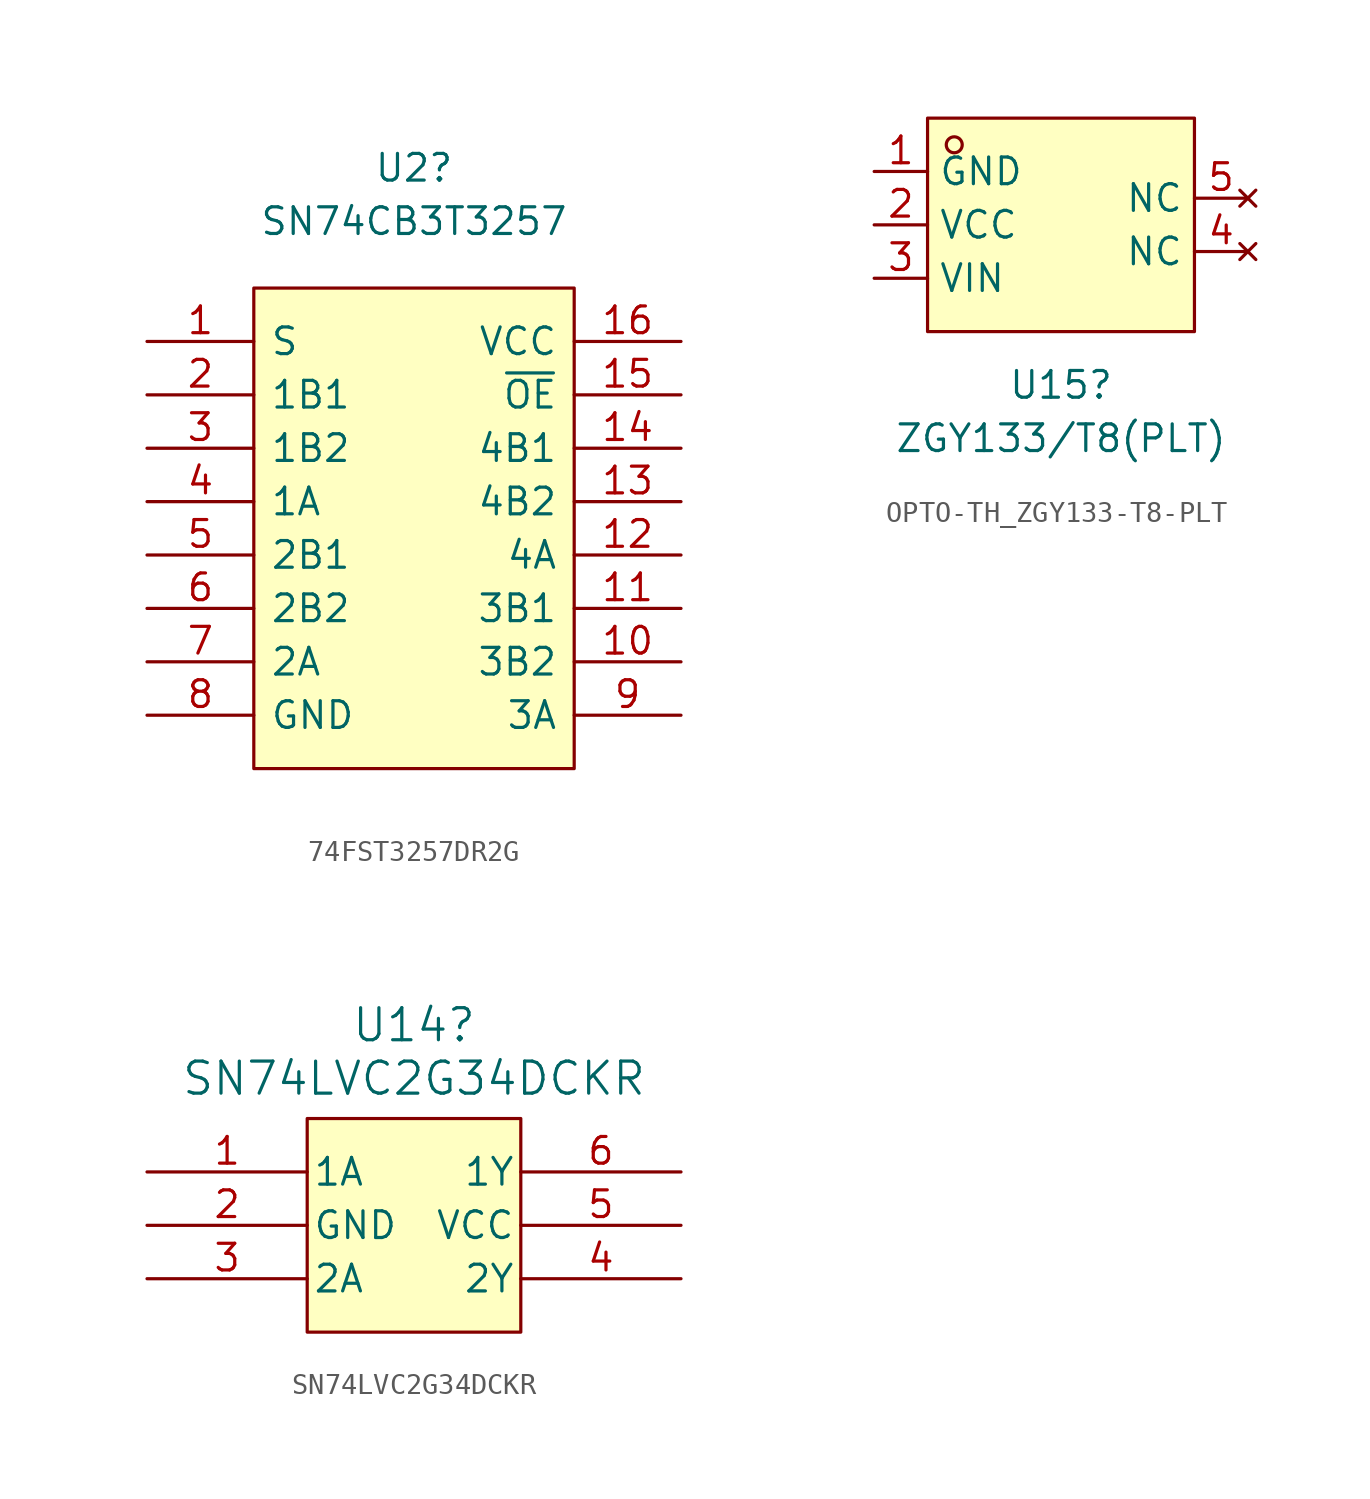
<source format=kicad_sym>
(kicad_symbol_lib
  (version 20220914)
  (generator kicad_symbol_editor)
  (symbol "74FST3257DR2G"
    (pin_names
      (offset 0.762))
    (property "Reference" "U2"
      (at 12.7 8.255 0)
      (effects (font (size 1.27 1.27))))
    (property "Value" "SN74CB3T3257"
      (at 12.7 5.715 0)
      (effects (font (size 1.27 1.27))))
    (symbol "74FST3257DR2G_0_0"
      (pin passive line (at 0 0 0) (length 5.08) (name "S" (effects (font (size 1.27 1.27)))) (number "1" (effects (font (size 1.27 1.27)))))
      (pin passive line (at 25.4 -15.24 180) (length 5.08) (name "3B2" (effects (font (size 1.27 1.27)))) (number "10" (effects (font (size 1.27 1.27)))))
      (pin passive line (at 25.4 -12.7 180) (length 5.08) (name "3B1" (effects (font (size 1.27 1.27)))) (number "11" (effects (font (size 1.27 1.27)))))
      (pin passive line (at 25.4 -10.16 180) (length 5.08) (name "4A" (effects (font (size 1.27 1.27)))) (number "12" (effects (font (size 1.27 1.27)))))
      (pin passive line (at 25.4 -7.62 180) (length 5.08) (name "4B2" (effects (font (size 1.27 1.27)))) (number "13" (effects (font (size 1.27 1.27)))))
      (pin passive line (at 25.4 -5.08 180) (length 5.08) (name "4B1" (effects (font (size 1.27 1.27)))) (number "14" (effects (font (size 1.27 1.27)))))
      (pin passive line (at 25.4 -2.54 180) (length 5.08) (name "~{OE}" (effects (font (size 1.27 1.27)))) (number "15" (effects (font (size 1.27 1.27)))))
      (pin passive line (at 25.4 0 180) (length 5.08) (name "VCC" (effects (font (size 1.27 1.27)))) (number "16" (effects (font (size 1.27 1.27)))))
      (pin passive line (at 0 -2.54 0) (length 5.08) (name "1B1" (effects (font (size 1.27 1.27)))) (number "2" (effects (font (size 1.27 1.27)))))
      (pin passive line (at 0 -5.08 0) (length 5.08) (name "1B2" (effects (font (size 1.27 1.27)))) (number "3" (effects (font (size 1.27 1.27)))))
      (pin passive line (at 0 -7.62 0) (length 5.08) (name "1A" (effects (font (size 1.27 1.27)))) (number "4" (effects (font (size 1.27 1.27)))))
      (pin passive line (at 0 -10.16 0) (length 5.08) (name "2B1" (effects (font (size 1.27 1.27)))) (number "5" (effects (font (size 1.27 1.27)))))
      (pin passive line (at 0 -12.7 0) (length 5.08) (name "2B2" (effects (font (size 1.27 1.27)))) (number "6" (effects (font (size 1.27 1.27)))))
      (pin passive line (at 0 -15.24 0) (length 5.08) (name "2A" (effects (font (size 1.27 1.27)))) (number "7" (effects (font (size 1.27 1.27)))))
      (pin passive line (at 0 -17.78 0) (length 5.08) (name "GND" (effects (font (size 1.27 1.27)))) (number "8" (effects (font (size 1.27 1.27)))))
      (pin passive line (at 25.4 -17.78 180) (length 5.08) (name "3A" (effects (font (size 1.27 1.27)))) (number "9" (effects (font (size 1.27 1.27))))))
    (symbol "74FST3257DR2G_0_1"
      (polyline (pts (xy 5.08 2.54) (xy 20.32 2.54) (xy 20.32 -20.32) (xy 5.08 -20.32) (xy 5.08 2.54)) (stroke (width 0.152) (type default)) (fill (type background)))))
  (symbol "OPTO-TH_ZGY133-T8-PLT"
    (property "Reference" "U15"
      (at 0 -7.62 0)
      (effects (font (size 1.27 1.27))))
    (property "Value" "ZGY133/T8(PLT)"
      (at 0 -10.16 0)
      (effects (font (size 1.27 1.27))))
    (symbol "OPTO-TH_ZGY133-T8-PLT_0_1"
      (rectangle (start -6.35 5.08) (end 6.35 -5.08) (stroke (width 0) (type default)) (fill (type background)))
      (circle (center -5.08 3.81) (radius 0.38) (stroke (width 0) (type default)) (fill (type none))))
    (symbol "OPTO-TH_ZGY133-T8-PLT_1_1"
      (pin power_in line (at -8.89 2.54 0) (length 2.54) (name "GND" (effects (font (size 1.27 1.27)))) (number "1" (effects (font (size 1.27 1.27)))))
      (pin power_in line (at -8.89 0 0) (length 2.54) (name "VCC" (effects (font (size 1.27 1.27)))) (number "2" (effects (font (size 1.27 1.27)))))
      (pin input line (at -8.89 -2.54 0) (length 2.54) (name "VIN" (effects (font (size 1.27 1.27)))) (number "3" (effects (font (size 1.27 1.27)))))
      (pin no_connect line (at 8.89 -1.27 180) (length 2.54) (name "NC" (effects (font (size 1.27 1.27)))) (number "4" (effects (font (size 1.27 1.27)))))
      (pin no_connect line (at 8.89 1.27 180) (length 2.54) (name "NC" (effects (font (size 1.27 1.27)))) (number "5" (effects (font (size 1.27 1.27)))))))
  (symbol "SN74LVC2G34DCKR"
    (pin_names
      (offset 0.254))
    (property "Reference" "U14"
      (at 27.94 6.985 0)
      (effects (font (size 1.524 1.524))))
    (property "Value" "SN74LVC2G34DCKR"
      (at 27.94 4.445 0)
      (effects (font (size 1.524 1.524))))
    (symbol "SN74LVC2G34DCKR_0_1"
      (pin input line (at 15.24 0 0) (length 7.62) (name "1A" (effects (font (size 1.27 1.27)))) (number "1" (effects (font (size 1.27 1.27)))))
      (pin power_in line (at 15.24 -2.54 0) (length 7.62) (name "GND" (effects (font (size 1.27 1.27)))) (number "2" (effects (font (size 1.27 1.27)))))
      (pin input line (at 15.24 -5.08 0) (length 7.62) (name "2A" (effects (font (size 1.27 1.27)))) (number "3" (effects (font (size 1.27 1.27)))))
      (pin output line (at 40.64 -5.08 180) (length 7.62) (name "2Y" (effects (font (size 1.27 1.27)))) (number "4" (effects (font (size 1.27 1.27)))))
      (pin power_in line (at 40.64 -2.54 180) (length 7.62) (name "VCC" (effects (font (size 1.27 1.27)))) (number "5" (effects (font (size 1.27 1.27)))))
      (pin output line (at 40.64 0 180) (length 7.62) (name "1Y" (effects (font (size 1.27 1.27)))) (number "6" (effects (font (size 1.27 1.27))))))
    (symbol "SN74LVC2G34DCKR_1_1"
      (rectangle (start 22.86 2.54) (end 33.02 -7.62) (stroke (width 0) (type default)) (fill (type background))))))
</source>
